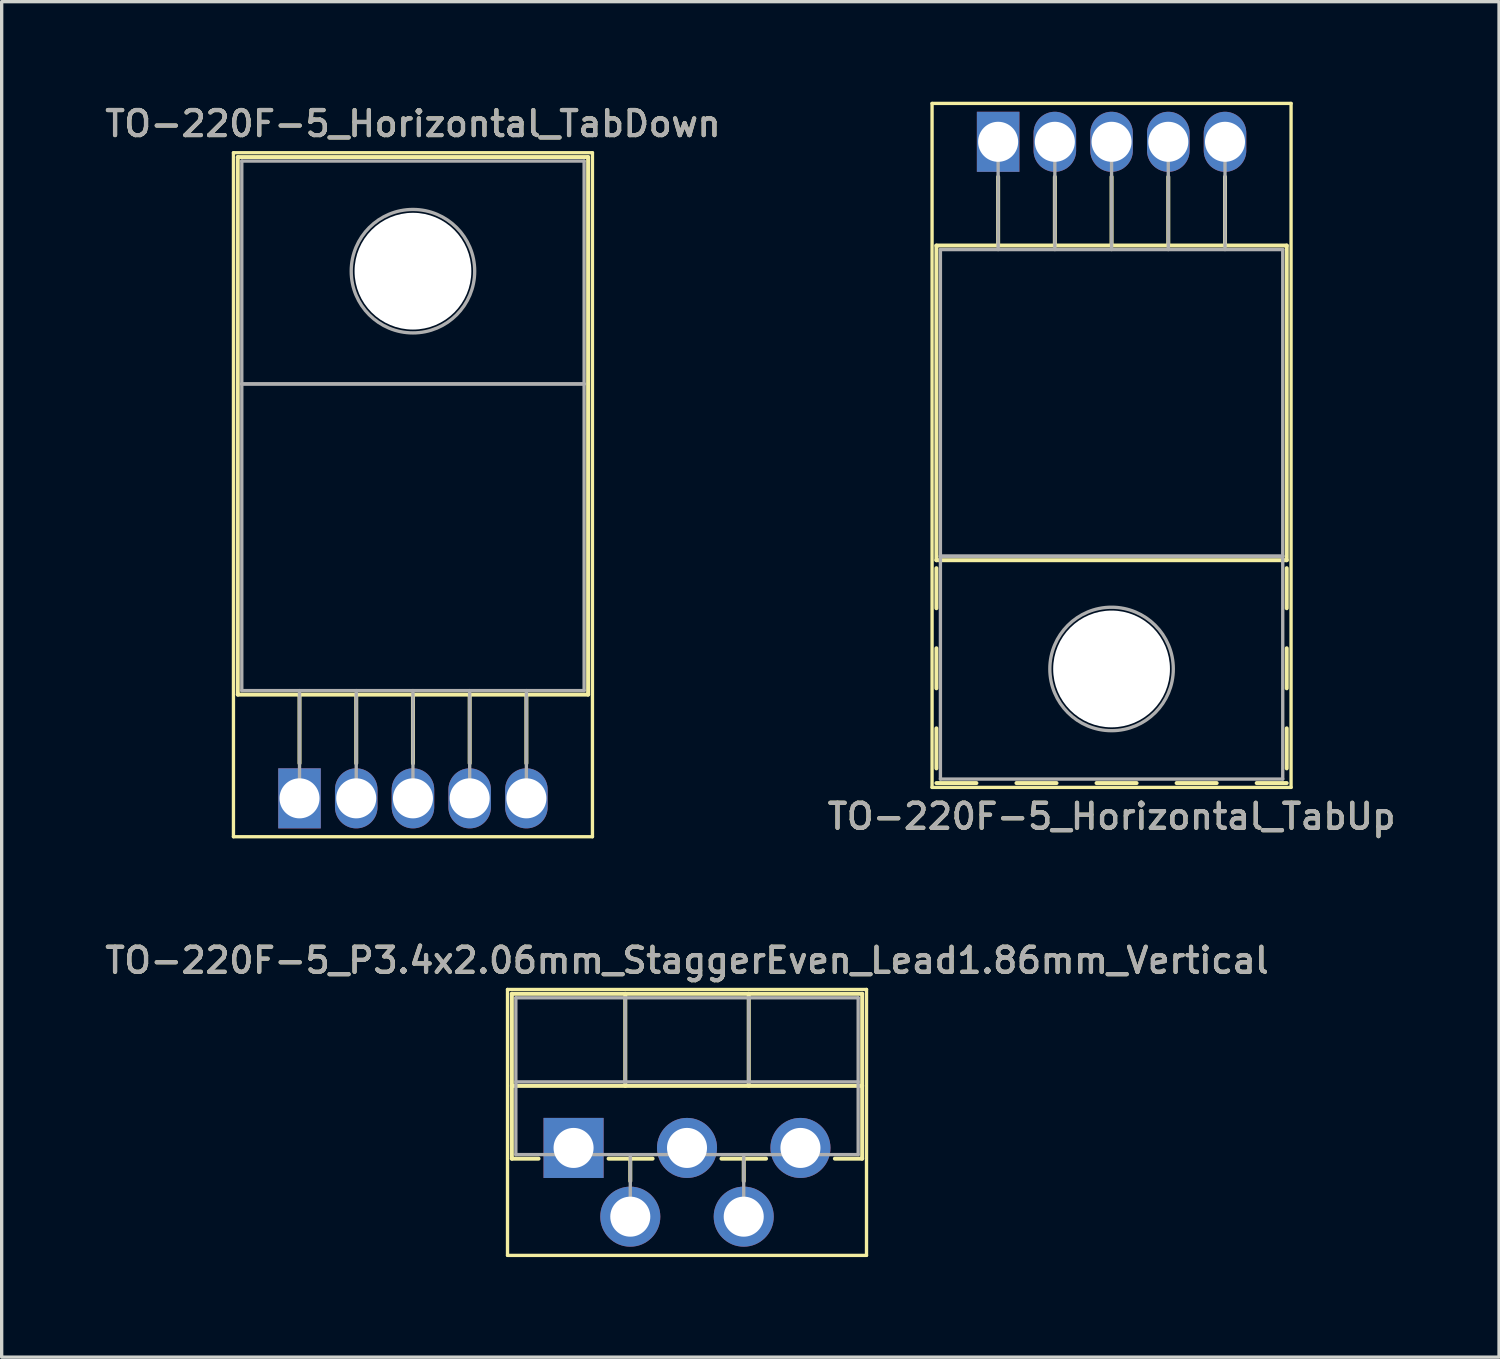
<source format=kicad_pcb>
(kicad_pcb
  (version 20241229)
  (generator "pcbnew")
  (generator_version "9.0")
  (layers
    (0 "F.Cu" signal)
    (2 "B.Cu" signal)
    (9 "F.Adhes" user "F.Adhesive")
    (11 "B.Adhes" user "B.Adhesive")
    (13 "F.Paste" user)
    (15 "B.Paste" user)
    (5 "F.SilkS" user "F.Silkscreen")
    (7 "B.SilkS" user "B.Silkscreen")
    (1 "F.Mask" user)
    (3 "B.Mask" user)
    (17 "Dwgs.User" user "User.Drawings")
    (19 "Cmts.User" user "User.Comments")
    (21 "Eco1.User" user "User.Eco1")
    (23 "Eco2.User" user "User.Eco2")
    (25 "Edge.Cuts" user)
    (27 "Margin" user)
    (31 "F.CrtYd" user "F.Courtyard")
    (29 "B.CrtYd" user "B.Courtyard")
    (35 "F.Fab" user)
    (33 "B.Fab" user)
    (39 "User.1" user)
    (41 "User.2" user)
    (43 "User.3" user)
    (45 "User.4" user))
  (footprint "TO-220F-5_P3.4x2.06mm_StaggerEven_Lead1.86mm_Vertical"
    (layer "F.Cu")
    (at 14.141 31.356)
    (property "Reference" "TO-220F-5_P3.4x2.06mm_StaggerEven_Lead1.86mm_Vertical" (at 3.4 -5.62 0) (layer "F.SilkS") (effects (font (size 0.75 0.75) (thickness 0.125))))
    (attr through_hole)
    (fp_line (start -1.98 -4.75) (end -1.98 3.22) (stroke (width 0.1) (type solid)) (layer "F.SilkS"))
    (fp_line (start -1.98 3.22) (end 8.78 3.22) (stroke (width 0.1) (type solid)) (layer "F.SilkS"))
    (fp_line (start -1.85 -4.62) (end -1.85 0.321) (stroke (width 0.12) (type solid)) (layer "F.SilkS"))
    (fp_line (start -1.85 -4.62) (end 8.65 -4.62) (stroke (width 0.12) (type solid)) (layer "F.SilkS"))
    (fp_line (start -1.85 -1.861) (end 8.65 -1.861) (stroke (width 0.12) (type solid)) (layer "F.SilkS"))
    (fp_line (start -1.85 0.321) (end -1.05 0.321) (stroke (width 0.12) (type solid)) (layer "F.SilkS"))
    (fp_line (start 1.05 0.321) (end 2.369 0.321) (stroke (width 0.12) (type solid)) (layer "F.SilkS"))
    (fp_line (start 1.55 -4.62) (end 1.55 -1.861) (stroke (width 0.12) (type solid)) (layer "F.SilkS"))
    (fp_line (start 1.7 0.321) (end 1.7 0.995) (stroke (width 0.12) (type solid)) (layer "F.SilkS"))
    (fp_line (start 4.432 0.321) (end 5.769 0.321) (stroke (width 0.12) (type solid)) (layer "F.SilkS"))
    (fp_line (start 5.1 0.321) (end 5.1 0.995) (stroke (width 0.12) (type solid)) (layer "F.SilkS"))
    (fp_line (start 5.25 -4.62) (end 5.25 -1.861) (stroke (width 0.12) (type solid)) (layer "F.SilkS"))
    (fp_line (start 7.832 0.321) (end 8.65 0.321) (stroke (width 0.12) (type solid)) (layer "F.SilkS"))
    (fp_line (start 8.65 -4.62) (end 8.65 0.321) (stroke (width 0.12) (type solid)) (layer "F.SilkS"))
    (fp_line (start 8.78 -4.75) (end -1.98 -4.75) (stroke (width 0.1) (type solid)) (layer "F.SilkS"))
    (fp_line (start 8.78 3.22) (end 8.78 -4.75) (stroke (width 0.1) (type solid)) (layer "F.SilkS"))
    (fp_line (start -1.73 -4.5) (end -1.73 0.2) (stroke (width 0.1) (type solid)) (layer "F.Fab"))
    (fp_line (start -1.73 -1.98) (end 8.53 -1.98) (stroke (width 0.1) (type solid)) (layer "F.Fab"))
    (fp_line (start -1.73 0.2) (end 8.53 0.2) (stroke (width 0.1) (type solid)) (layer "F.Fab"))
    (fp_line (start 1.55 -4.5) (end 1.55 -1.98) (stroke (width 0.1) (type solid)) (layer "F.Fab"))
    (fp_line (start 1.7 0.2) (end 1.7 2.06) (stroke (width 0.1) (type solid)) (layer "F.Fab"))
    (fp_line (start 5.1 0.2) (end 5.1 2.06) (stroke (width 0.1) (type solid)) (layer "F.Fab"))
    (fp_line (start 5.25 -4.5) (end 5.25 -1.98) (stroke (width 0.1) (type solid)) (layer "F.Fab"))
    (fp_line (start 8.53 -4.5) (end -1.73 -4.5) (stroke (width 0.1) (type solid)) (layer "F.Fab"))
    (fp_line (start 8.53 0.2) (end 8.53 -4.5) (stroke (width 0.1) (type solid)) (layer "F.Fab"))
    (fp_text user "${REFERENCE}" (at 3.4 -5.62 0) (layer "F.Fab") (effects (font (size 0.75 0.75) (thickness 0.125))))
    (pad "1" thru_hole rect (at 0 0) (size 1.8 1.8) (drill 1.2) (layers "*.Cu" "*.Mask"))
    (pad "2" thru_hole oval (at 1.7 2.06) (size 1.8 1.8) (drill 1.2) (layers "*.Cu" "*.Mask"))
    (pad "3" thru_hole oval (at 3.4 0) (size 1.8 1.8) (drill 1.2) (layers "*.Cu" "*.Mask"))
    (pad "4" thru_hole oval (at 5.1 2.06) (size 1.8 1.8) (drill 1.2) (layers "*.Cu" "*.Mask"))
    (pad "5" thru_hole oval (at 6.8 0) (size 1.8 1.8) (drill 1.2) (layers "*.Cu" "*.Mask")))
  (footprint "TO-220F-5_Horizontal_TabUp"
    (layer "F.Cu")
    (at 26.866 1.2)
    (property "Reference" "TO-220F-5_Horizontal_TabUp" (at 3.4 20.22 0) (layer "F.SilkS") (effects (font (size 0.75 0.75) (thickness 0.125))))
    (attr through_hole)
    (fp_line (start -1.98 -1.15) (end -1.98 19.35) (stroke (width 0.1) (type solid)) (layer "F.SilkS"))
    (fp_line (start -1.98 19.35) (end 8.78 19.35) (stroke (width 0.1) (type solid)) (layer "F.SilkS"))
    (fp_line (start -1.85 3.11) (end -1.85 12.54) (stroke (width 0.12) (type solid)) (layer "F.SilkS"))
    (fp_line (start -1.85 3.11) (end 8.65 3.11) (stroke (width 0.12) (type solid)) (layer "F.SilkS"))
    (fp_line (start -1.85 12.54) (end 8.65 12.54) (stroke (width 0.12) (type solid)) (layer "F.SilkS"))
    (fp_line (start -1.85 12.78) (end -1.85 13.98) (stroke (width 0.12) (type solid)) (layer "F.SilkS"))
    (fp_line (start -1.85 15.18) (end -1.85 16.38) (stroke (width 0.12) (type solid)) (layer "F.SilkS"))
    (fp_line (start -1.85 17.58) (end -1.85 18.78) (stroke (width 0.12) (type solid)) (layer "F.SilkS"))
    (fp_line (start -1.85 19.22) (end -0.651 19.22) (stroke (width 0.12) (type solid)) (layer "F.SilkS"))
    (fp_line (start 0 1.05) (end 0 3.11) (stroke (width 0.12) (type solid)) (layer "F.SilkS"))
    (fp_line (start 0.55 19.22) (end 1.75 19.22) (stroke (width 0.12) (type solid)) (layer "F.SilkS"))
    (fp_line (start 1.7 1.05) (end 1.7 3.11) (stroke (width 0.12) (type solid)) (layer "F.SilkS"))
    (fp_line (start 2.95 19.22) (end 4.15 19.22) (stroke (width 0.12) (type solid)) (layer "F.SilkS"))
    (fp_line (start 3.4 1.05) (end 3.4 3.11) (stroke (width 0.12) (type solid)) (layer "F.SilkS"))
    (fp_line (start 5.1 1.05) (end 5.1 3.11) (stroke (width 0.12) (type solid)) (layer "F.SilkS"))
    (fp_line (start 5.35 19.22) (end 6.55 19.22) (stroke (width 0.12) (type solid)) (layer "F.SilkS"))
    (fp_line (start 6.8 1.05) (end 6.8 3.11) (stroke (width 0.12) (type solid)) (layer "F.SilkS"))
    (fp_line (start 7.75 19.22) (end 8.65 19.22) (stroke (width 0.12) (type solid)) (layer "F.SilkS"))
    (fp_line (start 8.65 3.11) (end 8.65 12.54) (stroke (width 0.12) (type solid)) (layer "F.SilkS"))
    (fp_line (start 8.65 12.78) (end 8.65 13.98) (stroke (width 0.12) (type solid)) (layer "F.SilkS"))
    (fp_line (start 8.65 15.18) (end 8.65 16.38) (stroke (width 0.12) (type solid)) (layer "F.SilkS"))
    (fp_line (start 8.65 17.58) (end 8.65 18.78) (stroke (width 0.12) (type solid)) (layer "F.SilkS"))
    (fp_line (start 8.78 -1.15) (end -1.98 -1.15) (stroke (width 0.1) (type solid)) (layer "F.SilkS"))
    (fp_line (start 8.78 19.35) (end 8.78 -1.15) (stroke (width 0.1) (type solid)) (layer "F.SilkS"))
    (fp_line (start -1.73 3.23) (end -1.73 12.42) (stroke (width 0.1) (type solid)) (layer "F.Fab"))
    (fp_line (start -1.73 12.42) (end -1.73 19.1) (stroke (width 0.1) (type solid)) (layer "F.Fab"))
    (fp_line (start -1.73 12.42) (end 8.53 12.42) (stroke (width 0.1) (type solid)) (layer "F.Fab"))
    (fp_line (start -1.73 19.1) (end 8.53 19.1) (stroke (width 0.1) (type solid)) (layer "F.Fab"))
    (fp_line (start 0 3.23) (end 0 0) (stroke (width 0.1) (type solid)) (layer "F.Fab"))
    (fp_line (start 1.7 3.23) (end 1.7 0) (stroke (width 0.1) (type solid)) (layer "F.Fab"))
    (fp_line (start 3.4 3.23) (end 3.4 0) (stroke (width 0.1) (type solid)) (layer "F.Fab"))
    (fp_line (start 5.1 3.23) (end 5.1 0) (stroke (width 0.1) (type solid)) (layer "F.Fab"))
    (fp_line (start 6.8 3.23) (end 6.8 0) (stroke (width 0.1) (type solid)) (layer "F.Fab"))
    (fp_line (start 8.53 3.23) (end -1.73 3.23) (stroke (width 0.1) (type solid)) (layer "F.Fab"))
    (fp_line (start 8.53 12.42) (end -1.73 12.42) (stroke (width 0.1) (type solid)) (layer "F.Fab"))
    (fp_line (start 8.53 12.42) (end 8.53 3.23) (stroke (width 0.1) (type solid)) (layer "F.Fab"))
    (fp_line (start 8.53 19.1) (end 8.53 12.42) (stroke (width 0.1) (type solid)) (layer "F.Fab"))
    (fp_circle (center 3.4 15.8) (end 5.25 15.8) (stroke (width 0.1) (type solid)) (fill no) (layer "F.Fab"))
    (fp_text user "${REFERENCE}" (at 3.4 20.22 0) (layer "F.Fab") (effects (font (size 0.75 0.75) (thickness 0.125))))
    (pad "" np_thru_hole circle (at 3.4 15.8) (size 3.5 3.5) (drill 3.5) (layers "*.Cu" "*.Mask"))
    (pad "1" thru_hole rect (at 0 0) (size 1.275 1.8) (drill 1.2) (layers "*.Cu" "*.Mask"))
    (pad "2" thru_hole oval (at 1.7 0) (size 1.275 1.8) (drill 1.2) (layers "*.Cu" "*.Mask"))
    (pad "3" thru_hole oval (at 3.4 0) (size 1.275 1.8) (drill 1.2) (layers "*.Cu" "*.Mask"))
    (pad "4" thru_hole oval (at 5.1 0) (size 1.275 1.8) (drill 1.2) (layers "*.Cu" "*.Mask"))
    (pad "5" thru_hole oval (at 6.8 0) (size 1.275 1.8) (drill 1.2) (layers "*.Cu" "*.Mask")))
  (footprint "TO-220F-5_Horizontal_TabDown"
    (layer "F.Cu")
    (at 5.927 20.878)
    (property "Reference" "TO-220F-5_Horizontal_TabDown" (at 3.4 -20.22 0) (layer "F.SilkS") (effects (font (size 0.75 0.75) (thickness 0.125))))
    (attr through_hole)
    (fp_line (start -1.98 -19.35) (end -1.98 1.15) (stroke (width 0.1) (type solid)) (layer "F.SilkS"))
    (fp_line (start -1.98 1.15) (end 8.78 1.15) (stroke (width 0.1) (type solid)) (layer "F.SilkS"))
    (fp_line (start -1.85 -19.22) (end -1.85 -3.11) (stroke (width 0.12) (type solid)) (layer "F.SilkS"))
    (fp_line (start -1.85 -19.22) (end 8.65 -19.22) (stroke (width 0.12) (type solid)) (layer "F.SilkS"))
    (fp_line (start -1.85 -3.11) (end 8.65 -3.11) (stroke (width 0.12) (type solid)) (layer "F.SilkS"))
    (fp_line (start 0 -3.11) (end 0 -1.05) (stroke (width 0.12) (type solid)) (layer "F.SilkS"))
    (fp_line (start 1.7 -3.11) (end 1.7 -1.05) (stroke (width 0.12) (type solid)) (layer "F.SilkS"))
    (fp_line (start 3.4 -3.11) (end 3.4 -1.05) (stroke (width 0.12) (type solid)) (layer "F.SilkS"))
    (fp_line (start 5.1 -3.11) (end 5.1 -1.05) (stroke (width 0.12) (type solid)) (layer "F.SilkS"))
    (fp_line (start 6.8 -3.11) (end 6.8 -1.05) (stroke (width 0.12) (type solid)) (layer "F.SilkS"))
    (fp_line (start 8.65 -19.22) (end 8.65 -3.11) (stroke (width 0.12) (type solid)) (layer "F.SilkS"))
    (fp_line (start 8.78 -19.35) (end -1.98 -19.35) (stroke (width 0.1) (type solid)) (layer "F.SilkS"))
    (fp_line (start 8.78 1.15) (end 8.78 -19.35) (stroke (width 0.1) (type solid)) (layer "F.SilkS"))
    (fp_line (start -1.73 -19.1) (end 8.53 -19.1) (stroke (width 0.1) (type solid)) (layer "F.Fab"))
    (fp_line (start -1.73 -12.42) (end -1.73 -19.1) (stroke (width 0.1) (type solid)) (layer "F.Fab"))
    (fp_line (start -1.73 -12.42) (end 8.53 -12.42) (stroke (width 0.1) (type solid)) (layer "F.Fab"))
    (fp_line (start -1.73 -3.23) (end -1.73 -12.42) (stroke (width 0.1) (type solid)) (layer "F.Fab"))
    (fp_line (start 0 -3.23) (end 0 0) (stroke (width 0.1) (type solid)) (layer "F.Fab"))
    (fp_line (start 1.7 -3.23) (end 1.7 0) (stroke (width 0.1) (type solid)) (layer "F.Fab"))
    (fp_line (start 3.4 -3.23) (end 3.4 0) (stroke (width 0.1) (type solid)) (layer "F.Fab"))
    (fp_line (start 5.1 -3.23) (end 5.1 0) (stroke (width 0.1) (type solid)) (layer "F.Fab"))
    (fp_line (start 6.8 -3.23) (end 6.8 0) (stroke (width 0.1) (type solid)) (layer "F.Fab"))
    (fp_line (start 8.53 -19.1) (end 8.53 -12.42) (stroke (width 0.1) (type solid)) (layer "F.Fab"))
    (fp_line (start 8.53 -12.42) (end -1.73 -12.42) (stroke (width 0.1) (type solid)) (layer "F.Fab"))
    (fp_line (start 8.53 -12.42) (end 8.53 -3.23) (stroke (width 0.1) (type solid)) (layer "F.Fab"))
    (fp_line (start 8.53 -3.23) (end -1.73 -3.23) (stroke (width 0.1) (type solid)) (layer "F.Fab"))
    (fp_circle (center 3.4 -15.8) (end 5.25 -15.8) (stroke (width 0.1) (type solid)) (fill no) (layer "F.Fab"))
    (fp_text user "${REFERENCE}" (at 3.4 -20.22 0) (layer "F.Fab") (effects (font (size 0.75 0.75) (thickness 0.125))))
    (pad "" np_thru_hole circle (at 3.4 -15.8) (size 3.5 3.5) (drill 3.5) (layers "*.Cu" "*.Mask"))
    (pad "1" thru_hole rect (at 0 0) (size 1.275 1.8) (drill 1.2) (layers "*.Cu" "*.Mask"))
    (pad "2" thru_hole oval (at 1.7 0) (size 1.275 1.8) (drill 1.2) (layers "*.Cu" "*.Mask"))
    (pad "3" thru_hole oval (at 3.4 0) (size 1.275 1.8) (drill 1.2) (layers "*.Cu" "*.Mask"))
    (pad "4" thru_hole oval (at 5.1 0) (size 1.275 1.8) (drill 1.2) (layers "*.Cu" "*.Mask"))
    (pad "5" thru_hole oval (at 6.8 0) (size 1.275 1.8) (drill 1.2) (layers "*.Cu" "*.Mask")))
  (gr_rect
    (start -3 -3)
    (end 41.879 37.626)
    (stroke (width 0.1) (type default))
    (fill no)
    (layer "Edge.Cuts")))
</source>
